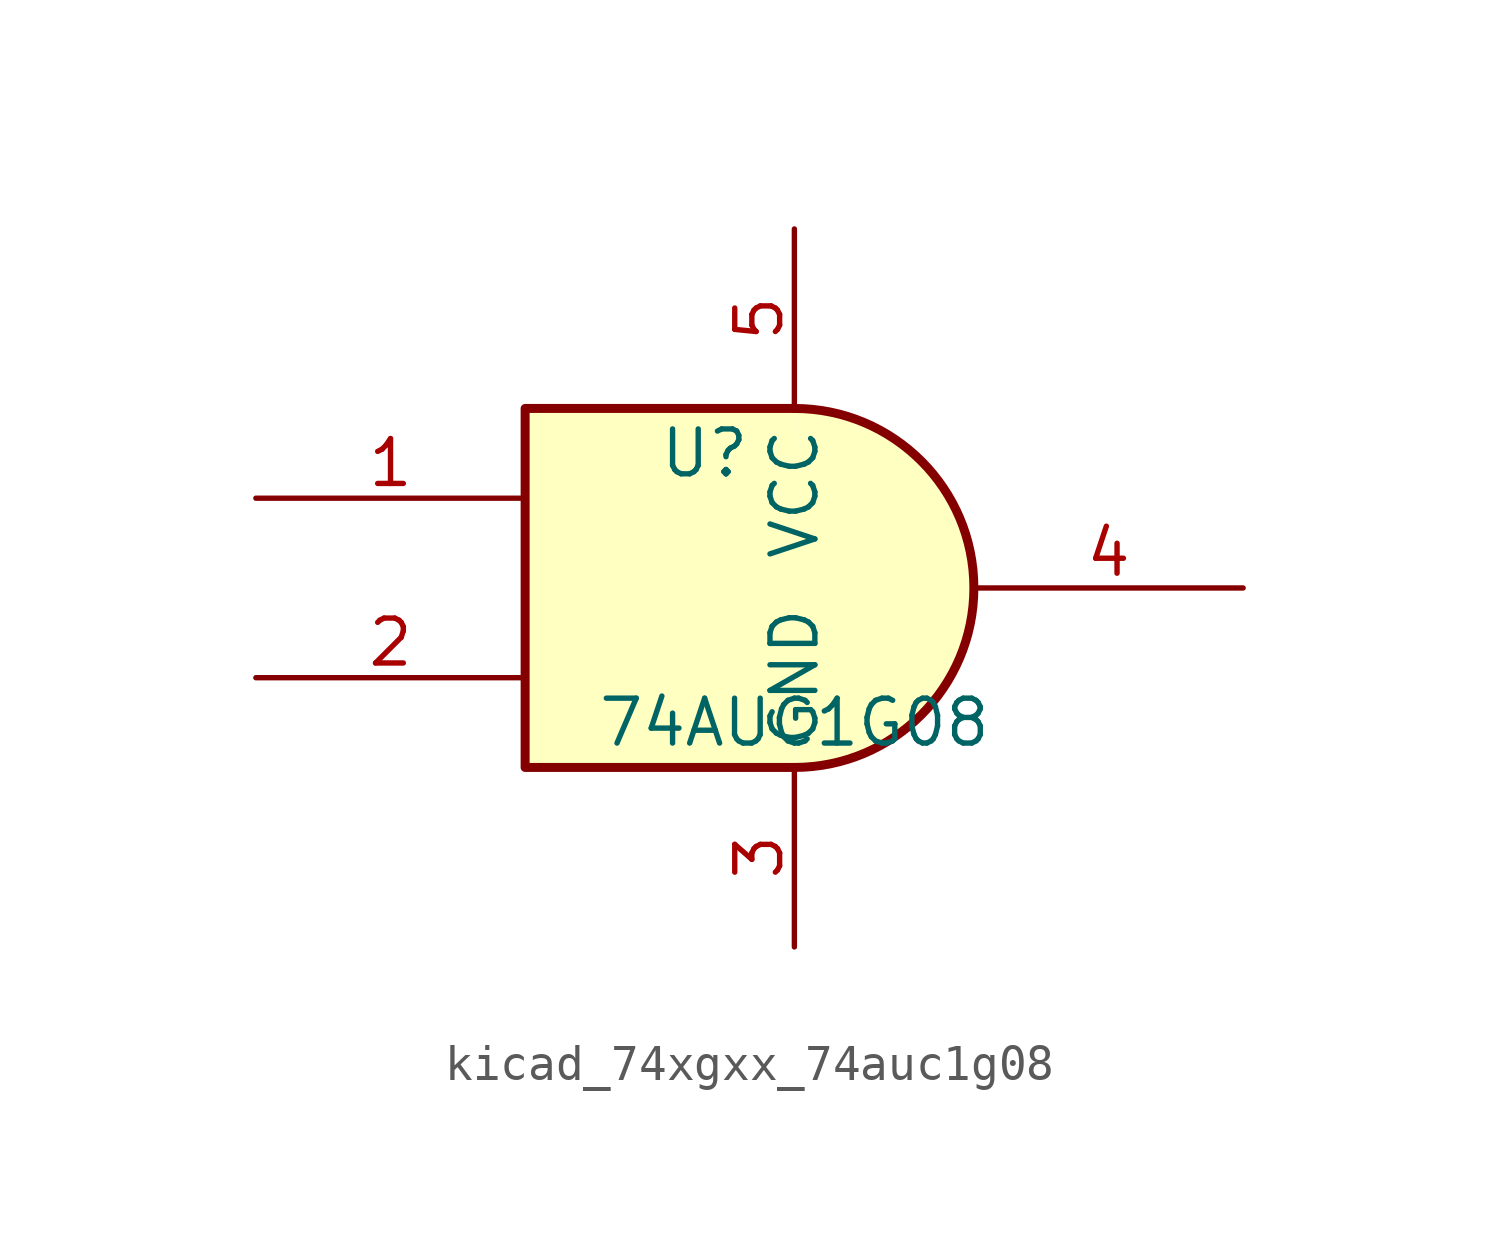
<source format=kicad_sym>
(kicad_symbol_lib
  (version 20220914)
  (generator kicad_symbol_editor)
  (symbol "kicad_74xgxx_74auc1g08"
    (property "Reference" "U"
      (at -2.54 3.81 0)
      (effects (font (size 1.27 1.27))))
    (property "Value" "74AUC1G08"
      (at 0 -3.81 0)
      (effects (font (size 1.27 1.27))))
    (symbol "kicad_74xgxx_74auc1g08_0_1"
      (arc (start 0 -5.08) (mid 5.0579 0) (end 0 5.08) (stroke (width 0.254) (type default)) (fill (type background)))
      (polyline (pts (xy 0 -5.08) (xy -7.62 -5.08) (xy -7.62 5.08) (xy 0 5.08)) (stroke (width 0.254) (type default)) (fill (type background))))
    (symbol "kicad_74xgxx_74auc1g08_1_1"
      (pin input line (at -15.24 2.54 0) (length 7.62) (name "~" (effects (font (size 1.27 1.27)))) (number "1" (effects (font (size 1.27 1.27)))))
      (pin input line (at -15.24 -2.54 0) (length 7.62) (name "~" (effects (font (size 1.27 1.27)))) (number "2" (effects (font (size 1.27 1.27)))))
      (pin power_in line (at 0 -10.16 90) (length 5.08) (name "GND" (effects (font (size 1.27 1.27)))) (number "3" (effects (font (size 1.27 1.27)))))
      (pin output line (at 12.7 0 180) (length 7.62) (name "~" (effects (font (size 1.27 1.27)))) (number "4" (effects (font (size 1.27 1.27)))))
      (pin power_in line (at 0 10.16 270) (length 5.08) (name "VCC" (effects (font (size 1.27 1.27)))) (number "5" (effects (font (size 1.27 1.27))))))))
</source>
